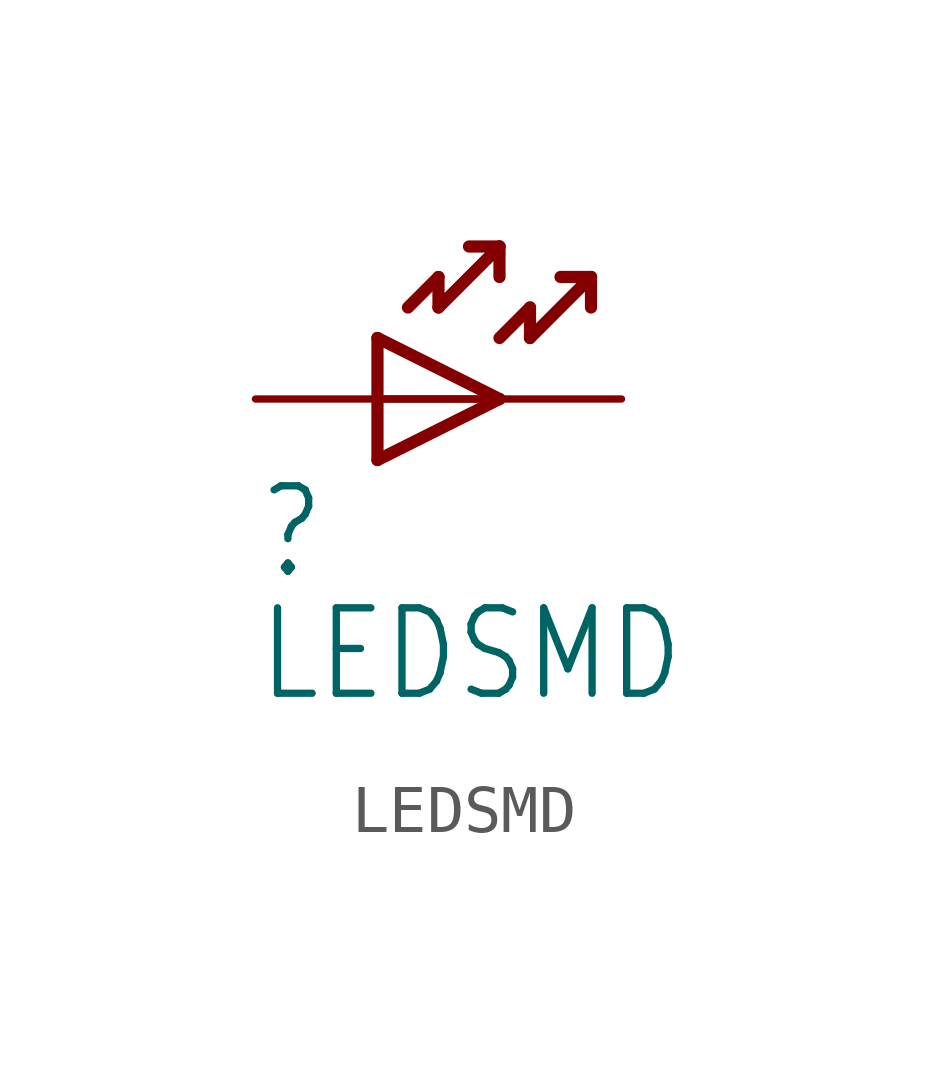
<source format=kicad_sym>
(kicad_symbol_lib
  (version 20211014)
  (generator kicad_symbol_editor)
  (symbol "LEDSMD"
    (property "Reference" ""
      (at -2.54 -3.81 0)
      (effects (font (size 1.778 1.511)) (justify left bottom)))
    (property "Value" "LEDSMD"
      (at -2.54 -6.35 0)
      (effects (font (size 1.778 1.511)) (justify left bottom)))
    (property "ki_locked" ""
      (at 0 0 0)
      (effects (font (size 1.27 1.27))))
    (symbol "LEDSMD_1_0"
      (polyline (pts (xy 0 -1.27) (xy 2.54 0)) (stroke (width 0.254) (type default) (color 0 0 0 0)) (fill (type none)))
      (polyline (pts (xy 0 1.27) (xy 0 -1.27)) (stroke (width 0.254) (type default) (color 0 0 0 0)) (fill (type none)))
      (polyline (pts (xy 0.635 1.905) (xy 1.27 2.54)) (stroke (width 0.254) (type default) (color 0 0 0 0)) (fill (type none)))
      (polyline (pts (xy 1.27 1.905) (xy 2.54 3.175)) (stroke (width 0.254) (type default) (color 0 0 0 0)) (fill (type none)))
      (polyline (pts (xy 1.27 2.54) (xy 1.27 1.905)) (stroke (width 0.254) (type default) (color 0 0 0 0)) (fill (type none)))
      (polyline (pts (xy 2.54 0) (xy 0 1.27)) (stroke (width 0.254) (type default) (color 0 0 0 0)) (fill (type none)))
      (polyline (pts (xy 2.54 1.27) (xy 3.175 1.905)) (stroke (width 0.254) (type default) (color 0 0 0 0)) (fill (type none)))
      (polyline (pts (xy 2.54 3.175) (xy 1.905 3.175)) (stroke (width 0.254) (type default) (color 0 0 0 0)) (fill (type none)))
      (polyline (pts (xy 2.54 3.175) (xy 2.54 2.54)) (stroke (width 0.254) (type default) (color 0 0 0 0)) (fill (type none)))
      (polyline (pts (xy 3.175 1.27) (xy 4.445 2.54)) (stroke (width 0.254) (type default) (color 0 0 0 0)) (fill (type none)))
      (polyline (pts (xy 3.175 1.905) (xy 3.175 1.27)) (stroke (width 0.254) (type default) (color 0 0 0 0)) (fill (type none)))
      (polyline (pts (xy 4.445 2.54) (xy 3.81 2.54)) (stroke (width 0.254) (type default) (color 0 0 0 0)) (fill (type none)))
      (polyline (pts (xy 4.445 2.54) (xy 4.445 1.905)) (stroke (width 0.254) (type default) (color 0 0 0 0)) (fill (type none)))
      (pin bidirectional line (at -2.54 0 0) (length 5.08) (name "A" (effects (font (size 0 0)))) (number "A" (effects (font (size 0 0)))))
      (pin bidirectional line (at 5.08 0 180) (length 5.08) (name "K" (effects (font (size 0 0)))) (number "K" (effects (font (size 0 0))))))))
</source>
